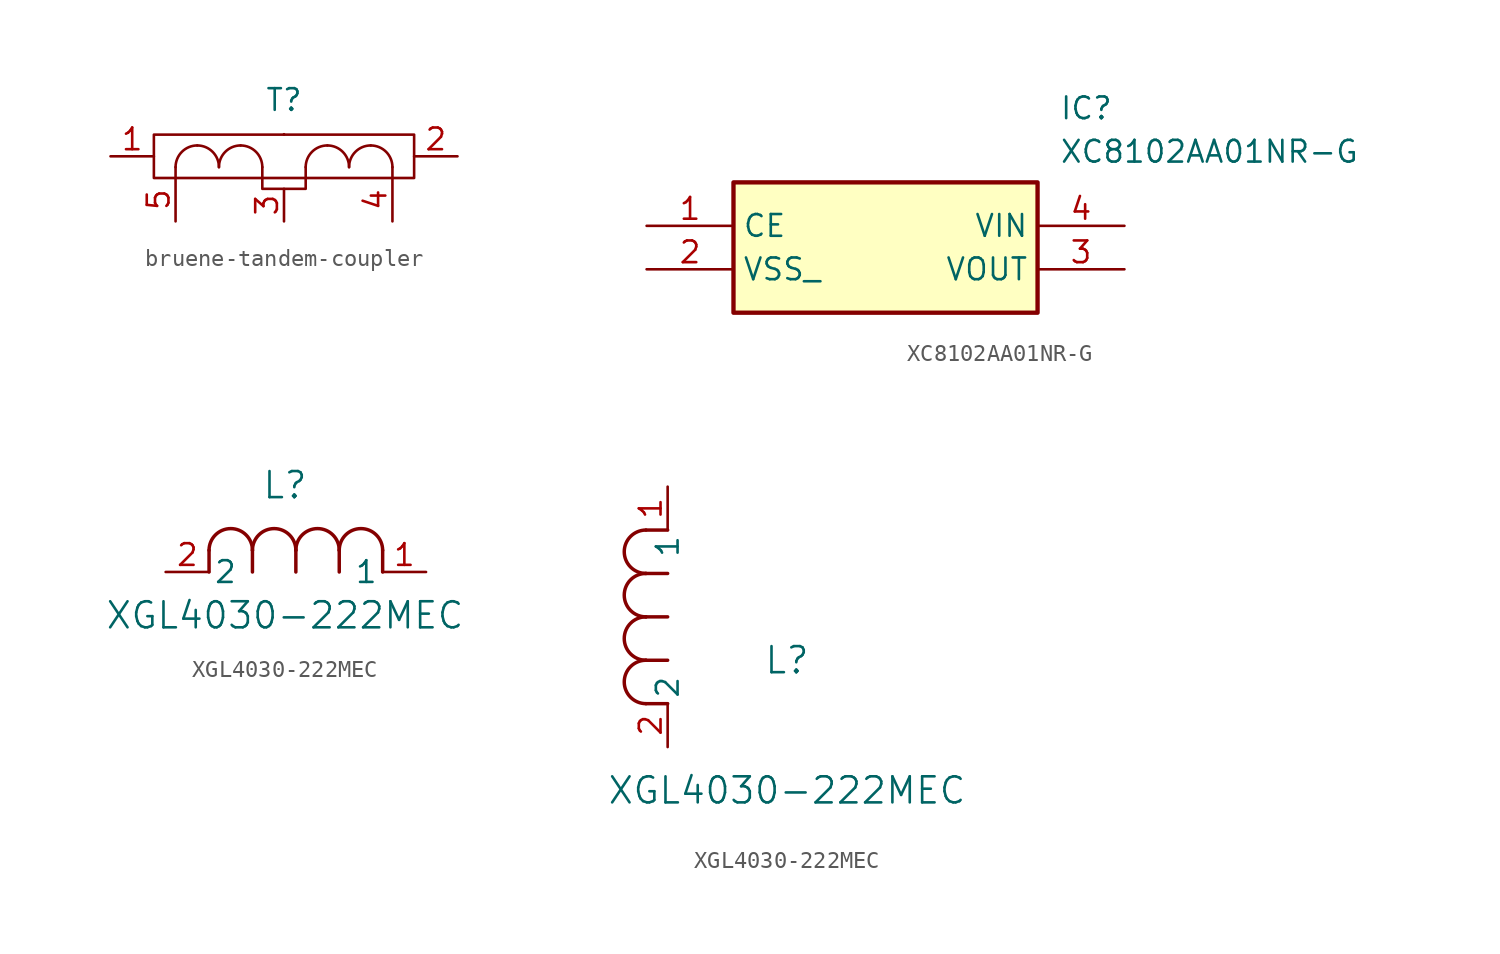
<source format=kicad_sym>
(kicad_symbol_lib
  (version 20241209)
  (generator "kicad_symbol_editor")
  (generator_version "9.0")
  (symbol "bruene-tandem-coupler"
    (property "Reference" "T"
      (at 0 4.572 0)
      (effects (font (size 1.27 1.27))))
    (property "Value" ""
      (at 0 0 0)
      (effects (font (size 1.27 1.27))))
    (symbol "bruene-tandem-coupler_0_1"
      (rectangle (start -7.62 2.54) (end 7.62 0) (stroke (width 0) (type default)) (fill (type none)))
      (polyline (pts (xy -6.35 0.635) (xy -6.35 0)) (stroke (width 0) (type default)) (fill (type none)))
      (arc (start -5.08 1.905) (mid -4.182 1.533) (end -3.81 0.635) (stroke (width 0) (type default)) (fill (type none)))
      (arc (start -6.35 0.635) (mid -5.978 1.533) (end -5.08 1.905) (stroke (width 0) (type default)) (fill (type none)))
      (arc (start -2.54 1.905) (mid -1.642 1.533) (end -1.27 0.635) (stroke (width 0) (type default)) (fill (type none)))
      (arc (start -3.81 0.635) (mid -3.438 1.533) (end -2.54 1.905) (stroke (width 0) (type default)) (fill (type none)))
      (polyline (pts (xy -1.27 0.635) (xy -1.27 -0.635) (xy 1.27 -0.635) (xy 1.27 0.635)) (stroke (width 0) (type default)) (fill (type none)))
      (polyline (pts (xy 0 2.54) (xy 0 2.565)) (stroke (width 0) (type default)) (fill (type none)))
      (arc (start 1.27 0.635) (mid 1.642 1.533) (end 2.54 1.905) (stroke (width 0) (type default)) (fill (type none)))
      (arc (start 2.54 1.905) (mid 3.438 1.533) (end 3.81 0.635) (stroke (width 0) (type default)) (fill (type none)))
      (arc (start 3.81 0.635) (mid 4.182 1.533) (end 5.08 1.905) (stroke (width 0) (type default)) (fill (type none)))
      (arc (start 5.08 1.905) (mid 5.978 1.533) (end 6.35 0.635) (stroke (width 0) (type default)) (fill (type none)))
      (polyline (pts (xy 6.35 0.635) (xy 6.35 0)) (stroke (width 0) (type default)) (fill (type none))))
    (symbol "bruene-tandem-coupler_1_1"
      (pin passive line (at -10.16 1.27 0) (length 2.54) (name "~" (effects (font (size 1.27 1.27)))) (number "1" (effects (font (size 1.27 1.27)))))
      (pin passive line (at -6.35 -2.54 90) (length 2.54) (name "~" (effects (font (size 1.27 1.27)))) (number "5" (effects (font (size 1.27 1.27)))))
      (pin passive line (at 0 -2.54 90) (length 1.905) (name "~" (effects (font (size 1.27 1.27)))) (number "3" (effects (font (size 1.27 1.27)))))
      (pin passive line (at 6.35 -2.54 90) (length 2.54) (name "~" (effects (font (size 1.27 1.27)))) (number "4" (effects (font (size 1.27 1.27)))))
      (pin passive line (at 10.16 1.27 180) (length 2.54) (name "~" (effects (font (size 1.27 1.27)))) (number "2" (effects (font (size 1.27 1.27)))))))
  (symbol "XC8102AA01NR-G"
    (property "Reference" "IC"
      (at 24.13 7.62 0)
      (effects (font (size 1.27 1.27)) (justify left top)))
    (property "Value" "XC8102AA01NR-G"
      (at 24.13 5.08 0)
      (effects (font (size 1.27 1.27)) (justify left top)))
    (symbol "XC8102AA01NR-G_1_1"
      (rectangle (start 5.08 2.54) (end 22.86 -5.08) (stroke (width 0.254) (type default)) (fill (type background)))
      (pin passive line (at 0 0 0) (length 5.08) (name "CE" (effects (font (size 1.27 1.27)))) (number "1" (effects (font (size 1.27 1.27)))))
      (pin passive line (at 0 -2.54 0) (length 5.08) (name "VSS_" (effects (font (size 1.27 1.27)))) (number "2" (effects (font (size 1.27 1.27)))))
      (pin passive line (at 27.94 0 180) (length 5.08) (name "VIN" (effects (font (size 1.27 1.27)))) (number "4" (effects (font (size 1.27 1.27)))))
      (pin passive line (at 27.94 -2.54 180) (length 5.08) (name "VOUT" (effects (font (size 1.27 1.27)))) (number "3" (effects (font (size 1.27 1.27)))))))
  (symbol "XGL4030-222MEC"
    (pin_names
      (offset 0.254))
    (property "Reference" "L"
      (at 6.985 5.08 0)
      (effects (font (size 1.524 1.524))))
    (property "Value" "XGL4030-222MEC"
      (at 6.985 -2.54 0)
      (effects (font (size 1.524 1.524))))
    (property "ki_locked" ""
      (at 0 0 0)
      (effects (font (size 1.27 1.27))))
    (symbol "XGL4030-222MEC_1_1"
      (polyline (pts (xy 2.54 0) (xy 2.54 1.27)) (stroke (width 0.203) (type default)) (fill (type none)))
      (arc (start 2.54 1.27) (mid 3.81 2.5344) (end 5.08 1.27) (stroke (width 0.2032) (type default)) (fill (type none)))
      (polyline (pts (xy 5.08 0) (xy 5.08 1.27)) (stroke (width 0.203) (type default)) (fill (type none)))
      (arc (start 5.08 1.27) (mid 6.35 2.5344) (end 7.62 1.27) (stroke (width 0.2032) (type default)) (fill (type none)))
      (polyline (pts (xy 7.62 0) (xy 7.62 1.27)) (stroke (width 0.203) (type default)) (fill (type none)))
      (arc (start 7.62 1.27) (mid 8.89 2.5344) (end 10.16 1.27) (stroke (width 0.2032) (type default)) (fill (type none)))
      (polyline (pts (xy 10.16 0) (xy 10.16 1.27)) (stroke (width 0.203) (type default)) (fill (type none)))
      (arc (start 10.16 1.27) (mid 11.43 2.5344) (end 12.7 1.27) (stroke (width 0.2032) (type default)) (fill (type none)))
      (polyline (pts (xy 12.7 0) (xy 12.7 1.27)) (stroke (width 0.203) (type default)) (fill (type none)))
      (pin unspecified line (at 0 0 0) (length 2.54) (name "2" (effects (font (size 1.27 1.27)))) (number "2" (effects (font (size 1.27 1.27)))))
      (pin unspecified line (at 15.24 0 180) (length 2.54) (name "1" (effects (font (size 1.27 1.27)))) (number "1" (effects (font (size 1.27 1.27))))))
    (symbol "XGL4030-222MEC_1_2"
      (arc (start -1.27 10.16) (mid -2.5344 11.43) (end -1.27 12.7) (stroke (width 0.2032) (type default)) (fill (type none)))
      (arc (start -1.27 7.62) (mid -2.5344 8.89) (end -1.27 10.16) (stroke (width 0.2032) (type default)) (fill (type none)))
      (arc (start -1.27 5.08) (mid -2.5344 6.35) (end -1.27 7.62) (stroke (width 0.2032) (type default)) (fill (type none)))
      (arc (start -1.27 2.54) (mid -2.5344 3.81) (end -1.27 5.08) (stroke (width 0.2032) (type default)) (fill (type none)))
      (polyline (pts (xy 0 12.7) (xy -1.27 12.7)) (stroke (width 0.203) (type default)) (fill (type none)))
      (polyline (pts (xy 0 10.16) (xy -1.27 10.16)) (stroke (width 0.203) (type default)) (fill (type none)))
      (polyline (pts (xy 0 7.62) (xy -1.27 7.62)) (stroke (width 0.203) (type default)) (fill (type none)))
      (polyline (pts (xy 0 5.08) (xy -1.27 5.08)) (stroke (width 0.203) (type default)) (fill (type none)))
      (polyline (pts (xy 0 2.54) (xy -1.27 2.54)) (stroke (width 0.203) (type default)) (fill (type none)))
      (pin unspecified line (at 0 15.24 270) (length 2.54) (name "1" (effects (font (size 1.27 1.27)))) (number "1" (effects (font (size 1.27 1.27)))))
      (pin unspecified line (at 0 0 90) (length 2.54) (name "2" (effects (font (size 1.27 1.27)))) (number "2" (effects (font (size 1.27 1.27))))))))
</source>
